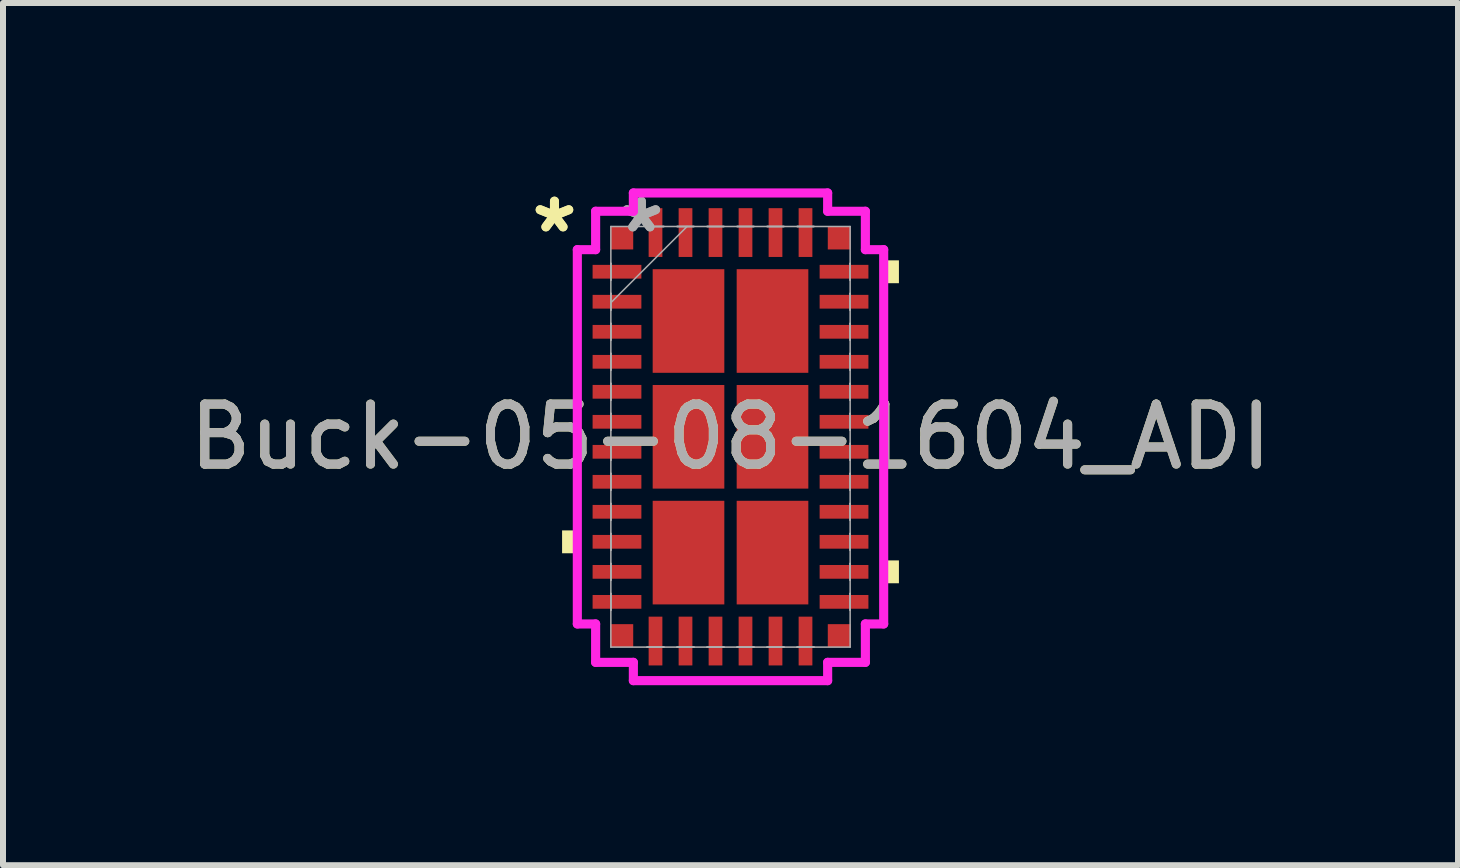
<source format=kicad_pcb>
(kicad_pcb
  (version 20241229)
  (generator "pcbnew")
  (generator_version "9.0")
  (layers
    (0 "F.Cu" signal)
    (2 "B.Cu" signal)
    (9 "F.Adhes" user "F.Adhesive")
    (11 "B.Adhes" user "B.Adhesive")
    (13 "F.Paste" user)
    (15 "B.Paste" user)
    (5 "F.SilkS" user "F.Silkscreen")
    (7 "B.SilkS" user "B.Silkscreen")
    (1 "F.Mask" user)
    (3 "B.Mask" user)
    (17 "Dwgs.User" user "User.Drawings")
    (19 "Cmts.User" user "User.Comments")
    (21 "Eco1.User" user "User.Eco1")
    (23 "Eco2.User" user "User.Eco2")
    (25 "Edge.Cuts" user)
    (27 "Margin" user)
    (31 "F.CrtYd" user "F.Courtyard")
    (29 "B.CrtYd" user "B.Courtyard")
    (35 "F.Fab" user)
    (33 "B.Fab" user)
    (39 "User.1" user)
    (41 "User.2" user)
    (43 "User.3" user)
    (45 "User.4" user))
  (footprint "Buck-05-08-1604_ADI"
    (layer "F.Cu")
    (at 9.125 4.23)
    (property "Reference" "Buck-05-08-1604_ADI" (at 0 0 0) (unlocked yes) (layer "F.SilkS") (effects (font (size 1 1) (thickness 0.15))))
    (attr smd)
    (fp_poly (pts (xy -2.807 1.56) (xy -2.807 1.941) (xy -2.553 1.941) (xy -2.553 1.56)) (stroke (width 0) (type solid)) (fill yes) (layer "F.SilkS"))
    (fp_poly (pts (xy 2.807 -2.941) (xy 2.807 -2.56) (xy 2.553 -2.56) (xy 2.553 -2.941)) (stroke (width 0) (type solid)) (fill yes) (layer "F.SilkS"))
    (fp_poly (pts (xy 2.807 2.06) (xy 2.807 2.441) (xy 2.553 2.441) (xy 2.553 2.06)) (stroke (width 0) (type solid)) (fill yes) (layer "F.SilkS"))
    (fp_line (start -2.553 -3.119) (end -2.248 -3.119) (stroke (width 0.152) (type solid)) (layer "F.CrtYd"))
    (fp_line (start -2.553 3.119) (end -2.553 -3.119) (stroke (width 0.152) (type solid)) (layer "F.CrtYd"))
    (fp_line (start -2.553 3.119) (end -2.248 3.119) (stroke (width 0.152) (type solid)) (layer "F.CrtYd"))
    (fp_line (start -2.248 -3.759) (end -1.619 -3.759) (stroke (width 0.152) (type solid)) (layer "F.CrtYd"))
    (fp_line (start -2.248 -3.119) (end -2.248 -3.759) (stroke (width 0.152) (type solid)) (layer "F.CrtYd"))
    (fp_line (start -2.248 3.759) (end -2.248 3.119) (stroke (width 0.152) (type solid)) (layer "F.CrtYd"))
    (fp_line (start -1.619 -4.064) (end 1.619 -4.064) (stroke (width 0.152) (type solid)) (layer "F.CrtYd"))
    (fp_line (start -1.619 -3.759) (end -1.619 -4.064) (stroke (width 0.152) (type solid)) (layer "F.CrtYd"))
    (fp_line (start -1.619 3.759) (end -2.248 3.759) (stroke (width 0.152) (type solid)) (layer "F.CrtYd"))
    (fp_line (start -1.619 4.064) (end -1.619 3.759) (stroke (width 0.152) (type solid)) (layer "F.CrtYd"))
    (fp_line (start 1.619 -4.064) (end 1.619 -3.759) (stroke (width 0.152) (type solid)) (layer "F.CrtYd"))
    (fp_line (start 1.619 -3.759) (end 2.248 -3.759) (stroke (width 0.152) (type solid)) (layer "F.CrtYd"))
    (fp_line (start 1.619 3.759) (end 1.619 4.064) (stroke (width 0.152) (type solid)) (layer "F.CrtYd"))
    (fp_line (start 1.619 4.064) (end -1.619 4.064) (stroke (width 0.152) (type solid)) (layer "F.CrtYd"))
    (fp_line (start 2.248 -3.759) (end 2.248 -3.119) (stroke (width 0.152) (type solid)) (layer "F.CrtYd"))
    (fp_line (start 2.248 -3.119) (end 2.553 -3.119) (stroke (width 0.152) (type solid)) (layer "F.CrtYd"))
    (fp_line (start 2.248 3.119) (end 2.248 3.759) (stroke (width 0.152) (type solid)) (layer "F.CrtYd"))
    (fp_line (start 2.248 3.759) (end 1.619 3.759) (stroke (width 0.152) (type solid)) (layer "F.CrtYd"))
    (fp_line (start 2.553 -3.119) (end 2.553 3.119) (stroke (width 0.152) (type solid)) (layer "F.CrtYd"))
    (fp_line (start 2.553 3.119) (end 2.248 3.119) (stroke (width 0.152) (type solid)) (layer "F.CrtYd"))
    (fp_line (start -1.994 -3.505) (end -1.994 3.505) (stroke (width 0.025) (type solid)) (layer "F.Fab"))
    (fp_line (start -1.994 -2.89) (end -1.994 -2.89) (stroke (width 0.025) (type solid)) (layer "F.Fab"))
    (fp_line (start -1.994 -2.89) (end -1.994 -2.611) (stroke (width 0.025) (type solid)) (layer "F.Fab"))
    (fp_line (start -1.994 -2.611) (end -1.994 -2.89) (stroke (width 0.025) (type solid)) (layer "F.Fab"))
    (fp_line (start -1.994 -2.611) (end -1.994 -2.611) (stroke (width 0.025) (type solid)) (layer "F.Fab"))
    (fp_line (start -1.994 -2.39) (end -1.994 -2.39) (stroke (width 0.025) (type solid)) (layer "F.Fab"))
    (fp_line (start -1.994 -2.39) (end -1.994 -2.111) (stroke (width 0.025) (type solid)) (layer "F.Fab"))
    (fp_line (start -1.994 -2.235) (end -0.724 -3.505) (stroke (width 0.025) (type solid)) (layer "F.Fab"))
    (fp_line (start -1.994 -2.111) (end -1.994 -2.39) (stroke (width 0.025) (type solid)) (layer "F.Fab"))
    (fp_line (start -1.994 -2.111) (end -1.994 -2.111) (stroke (width 0.025) (type solid)) (layer "F.Fab"))
    (fp_line (start -1.994 -1.89) (end -1.994 -1.89) (stroke (width 0.025) (type solid)) (layer "F.Fab"))
    (fp_line (start -1.994 -1.89) (end -1.994 -1.611) (stroke (width 0.025) (type solid)) (layer "F.Fab"))
    (fp_line (start -1.994 -1.611) (end -1.994 -1.89) (stroke (width 0.025) (type solid)) (layer "F.Fab"))
    (fp_line (start -1.994 -1.611) (end -1.994 -1.611) (stroke (width 0.025) (type solid)) (layer "F.Fab"))
    (fp_line (start -1.994 -1.39) (end -1.994 -1.39) (stroke (width 0.025) (type solid)) (layer "F.Fab"))
    (fp_line (start -1.994 -1.39) (end -1.994 -1.111) (stroke (width 0.025) (type solid)) (layer "F.Fab"))
    (fp_line (start -1.994 -1.111) (end -1.994 -1.39) (stroke (width 0.025) (type solid)) (layer "F.Fab"))
    (fp_line (start -1.994 -1.111) (end -1.994 -1.111) (stroke (width 0.025) (type solid)) (layer "F.Fab"))
    (fp_line (start -1.994 -0.89) (end -1.994 -0.89) (stroke (width 0.025) (type solid)) (layer "F.Fab"))
    (fp_line (start -1.994 -0.89) (end -1.994 -0.61) (stroke (width 0.025) (type solid)) (layer "F.Fab"))
    (fp_line (start -1.994 -0.61) (end -1.994 -0.89) (stroke (width 0.025) (type solid)) (layer "F.Fab"))
    (fp_line (start -1.994 -0.61) (end -1.994 -0.61) (stroke (width 0.025) (type solid)) (layer "F.Fab"))
    (fp_line (start -1.994 -0.39) (end -1.994 -0.39) (stroke (width 0.025) (type solid)) (layer "F.Fab"))
    (fp_line (start -1.994 -0.39) (end -1.994 -0.11) (stroke (width 0.025) (type solid)) (layer "F.Fab"))
    (fp_line (start -1.994 -0.11) (end -1.994 -0.39) (stroke (width 0.025) (type solid)) (layer "F.Fab"))
    (fp_line (start -1.994 -0.11) (end -1.994 -0.11) (stroke (width 0.025) (type solid)) (layer "F.Fab"))
    (fp_line (start -1.994 0.11) (end -1.994 0.11) (stroke (width 0.025) (type solid)) (layer "F.Fab"))
    (fp_line (start -1.994 0.11) (end -1.994 0.39) (stroke (width 0.025) (type solid)) (layer "F.Fab"))
    (fp_line (start -1.994 0.39) (end -1.994 0.11) (stroke (width 0.025) (type solid)) (layer "F.Fab"))
    (fp_line (start -1.994 0.39) (end -1.994 0.39) (stroke (width 0.025) (type solid)) (layer "F.Fab"))
    (fp_line (start -1.994 0.61) (end -1.994 0.61) (stroke (width 0.025) (type solid)) (layer "F.Fab"))
    (fp_line (start -1.994 0.61) (end -1.994 0.89) (stroke (width 0.025) (type solid)) (layer "F.Fab"))
    (fp_line (start -1.994 0.89) (end -1.994 0.61) (stroke (width 0.025) (type solid)) (layer "F.Fab"))
    (fp_line (start -1.994 0.89) (end -1.994 0.89) (stroke (width 0.025) (type solid)) (layer "F.Fab"))
    (fp_line (start -1.994 1.111) (end -1.994 1.111) (stroke (width 0.025) (type solid)) (layer "F.Fab"))
    (fp_line (start -1.994 1.111) (end -1.994 1.39) (stroke (width 0.025) (type solid)) (layer "F.Fab"))
    (fp_line (start -1.994 1.39) (end -1.994 1.111) (stroke (width 0.025) (type solid)) (layer "F.Fab"))
    (fp_line (start -1.994 1.39) (end -1.994 1.39) (stroke (width 0.025) (type solid)) (layer "F.Fab"))
    (fp_line (start -1.994 1.611) (end -1.994 1.611) (stroke (width 0.025) (type solid)) (layer "F.Fab"))
    (fp_line (start -1.994 1.611) (end -1.994 1.89) (stroke (width 0.025) (type solid)) (layer "F.Fab"))
    (fp_line (start -1.994 1.89) (end -1.994 1.611) (stroke (width 0.025) (type solid)) (layer "F.Fab"))
    (fp_line (start -1.994 1.89) (end -1.994 1.89) (stroke (width 0.025) (type solid)) (layer "F.Fab"))
    (fp_line (start -1.994 2.111) (end -1.994 2.111) (stroke (width 0.025) (type solid)) (layer "F.Fab"))
    (fp_line (start -1.994 2.111) (end -1.994 2.39) (stroke (width 0.025) (type solid)) (layer "F.Fab"))
    (fp_line (start -1.994 2.39) (end -1.994 2.111) (stroke (width 0.025) (type solid)) (layer "F.Fab"))
    (fp_line (start -1.994 2.39) (end -1.994 2.39) (stroke (width 0.025) (type solid)) (layer "F.Fab"))
    (fp_line (start -1.994 2.611) (end -1.994 2.611) (stroke (width 0.025) (type solid)) (layer "F.Fab"))
    (fp_line (start -1.994 2.611) (end -1.994 2.89) (stroke (width 0.025) (type solid)) (layer "F.Fab"))
    (fp_line (start -1.994 2.89) (end -1.994 2.611) (stroke (width 0.025) (type solid)) (layer "F.Fab"))
    (fp_line (start -1.994 2.89) (end -1.994 2.89) (stroke (width 0.025) (type solid)) (layer "F.Fab"))
    (fp_line (start -1.994 3.505) (end 1.994 3.505) (stroke (width 0.025) (type solid)) (layer "F.Fab"))
    (fp_line (start -1.39 -3.505) (end -1.39 -3.505) (stroke (width 0.025) (type solid)) (layer "F.Fab"))
    (fp_line (start -1.39 -3.505) (end -1.111 -3.505) (stroke (width 0.025) (type solid)) (layer "F.Fab"))
    (fp_line (start -1.39 3.505) (end -1.39 3.505) (stroke (width 0.025) (type solid)) (layer "F.Fab"))
    (fp_line (start -1.39 3.505) (end -1.111 3.505) (stroke (width 0.025) (type solid)) (layer "F.Fab"))
    (fp_line (start -1.111 -3.505) (end -1.39 -3.505) (stroke (width 0.025) (type solid)) (layer "F.Fab"))
    (fp_line (start -1.111 -3.505) (end -1.111 -3.505) (stroke (width 0.025) (type solid)) (layer "F.Fab"))
    (fp_line (start -1.111 3.505) (end -1.39 3.505) (stroke (width 0.025) (type solid)) (layer "F.Fab"))
    (fp_line (start -1.111 3.505) (end -1.111 3.505) (stroke (width 0.025) (type solid)) (layer "F.Fab"))
    (fp_line (start -0.89 -3.505) (end -0.89 -3.505) (stroke (width 0.025) (type solid)) (layer "F.Fab"))
    (fp_line (start -0.89 -3.505) (end -0.61 -3.505) (stroke (width 0.025) (type solid)) (layer "F.Fab"))
    (fp_line (start -0.89 3.505) (end -0.89 3.505) (stroke (width 0.025) (type solid)) (layer "F.Fab"))
    (fp_line (start -0.89 3.505) (end -0.61 3.505) (stroke (width 0.025) (type solid)) (layer "F.Fab"))
    (fp_line (start -0.61 -3.505) (end -0.89 -3.505) (stroke (width 0.025) (type solid)) (layer "F.Fab"))
    (fp_line (start -0.61 -3.505) (end -0.61 -3.505) (stroke (width 0.025) (type solid)) (layer "F.Fab"))
    (fp_line (start -0.61 3.505) (end -0.89 3.505) (stroke (width 0.025) (type solid)) (layer "F.Fab"))
    (fp_line (start -0.61 3.505) (end -0.61 3.505) (stroke (width 0.025) (type solid)) (layer "F.Fab"))
    (fp_line (start -0.39 -3.505) (end -0.39 -3.505) (stroke (width 0.025) (type solid)) (layer "F.Fab"))
    (fp_line (start -0.39 -3.505) (end -0.11 -3.505) (stroke (width 0.025) (type solid)) (layer "F.Fab"))
    (fp_line (start -0.39 3.505) (end -0.39 3.505) (stroke (width 0.025) (type solid)) (layer "F.Fab"))
    (fp_line (start -0.39 3.505) (end -0.11 3.505) (stroke (width 0.025) (type solid)) (layer "F.Fab"))
    (fp_line (start -0.11 -3.505) (end -0.39 -3.505) (stroke (width 0.025) (type solid)) (layer "F.Fab"))
    (fp_line (start -0.11 -3.505) (end -0.11 -3.505) (stroke (width 0.025) (type solid)) (layer "F.Fab"))
    (fp_line (start -0.11 3.505) (end -0.39 3.505) (stroke (width 0.025) (type solid)) (layer "F.Fab"))
    (fp_line (start -0.11 3.505) (end -0.11 3.505) (stroke (width 0.025) (type solid)) (layer "F.Fab"))
    (fp_line (start 0.11 -3.505) (end 0.11 -3.505) (stroke (width 0.025) (type solid)) (layer "F.Fab"))
    (fp_line (start 0.11 -3.505) (end 0.39 -3.505) (stroke (width 0.025) (type solid)) (layer "F.Fab"))
    (fp_line (start 0.11 3.505) (end 0.11 3.505) (stroke (width 0.025) (type solid)) (layer "F.Fab"))
    (fp_line (start 0.11 3.505) (end 0.39 3.505) (stroke (width 0.025) (type solid)) (layer "F.Fab"))
    (fp_line (start 0.39 -3.505) (end 0.11 -3.505) (stroke (width 0.025) (type solid)) (layer "F.Fab"))
    (fp_line (start 0.39 -3.505) (end 0.39 -3.505) (stroke (width 0.025) (type solid)) (layer "F.Fab"))
    (fp_line (start 0.39 3.505) (end 0.11 3.505) (stroke (width 0.025) (type solid)) (layer "F.Fab"))
    (fp_line (start 0.39 3.505) (end 0.39 3.505) (stroke (width 0.025) (type solid)) (layer "F.Fab"))
    (fp_line (start 0.61 -3.505) (end 0.61 -3.505) (stroke (width 0.025) (type solid)) (layer "F.Fab"))
    (fp_line (start 0.61 -3.505) (end 0.89 -3.505) (stroke (width 0.025) (type solid)) (layer "F.Fab"))
    (fp_line (start 0.61 3.505) (end 0.61 3.505) (stroke (width 0.025) (type solid)) (layer "F.Fab"))
    (fp_line (start 0.61 3.505) (end 0.89 3.505) (stroke (width 0.025) (type solid)) (layer "F.Fab"))
    (fp_line (start 0.89 -3.505) (end 0.61 -3.505) (stroke (width 0.025) (type solid)) (layer "F.Fab"))
    (fp_line (start 0.89 -3.505) (end 0.89 -3.505) (stroke (width 0.025) (type solid)) (layer "F.Fab"))
    (fp_line (start 0.89 3.505) (end 0.61 3.505) (stroke (width 0.025) (type solid)) (layer "F.Fab"))
    (fp_line (start 0.89 3.505) (end 0.89 3.505) (stroke (width 0.025) (type solid)) (layer "F.Fab"))
    (fp_line (start 1.111 -3.505) (end 1.111 -3.505) (stroke (width 0.025) (type solid)) (layer "F.Fab"))
    (fp_line (start 1.111 -3.505) (end 1.39 -3.505) (stroke (width 0.025) (type solid)) (layer "F.Fab"))
    (fp_line (start 1.111 3.505) (end 1.111 3.505) (stroke (width 0.025) (type solid)) (layer "F.Fab"))
    (fp_line (start 1.111 3.505) (end 1.39 3.505) (stroke (width 0.025) (type solid)) (layer "F.Fab"))
    (fp_line (start 1.39 -3.505) (end 1.111 -3.505) (stroke (width 0.025) (type solid)) (layer "F.Fab"))
    (fp_line (start 1.39 -3.505) (end 1.39 -3.505) (stroke (width 0.025) (type solid)) (layer "F.Fab"))
    (fp_line (start 1.39 3.505) (end 1.111 3.505) (stroke (width 0.025) (type solid)) (layer "F.Fab"))
    (fp_line (start 1.39 3.505) (end 1.39 3.505) (stroke (width 0.025) (type solid)) (layer "F.Fab"))
    (fp_line (start 1.994 -3.505) (end -1.994 -3.505) (stroke (width 0.025) (type solid)) (layer "F.Fab"))
    (fp_line (start 1.994 -2.89) (end 1.994 -2.89) (stroke (width 0.025) (type solid)) (layer "F.Fab"))
    (fp_line (start 1.994 -2.89) (end 1.994 -2.611) (stroke (width 0.025) (type solid)) (layer "F.Fab"))
    (fp_line (start 1.994 -2.611) (end 1.994 -2.89) (stroke (width 0.025) (type solid)) (layer "F.Fab"))
    (fp_line (start 1.994 -2.611) (end 1.994 -2.611) (stroke (width 0.025) (type solid)) (layer "F.Fab"))
    (fp_line (start 1.994 -2.39) (end 1.994 -2.39) (stroke (width 0.025) (type solid)) (layer "F.Fab"))
    (fp_line (start 1.994 -2.39) (end 1.994 -2.111) (stroke (width 0.025) (type solid)) (layer "F.Fab"))
    (fp_line (start 1.994 -2.111) (end 1.994 -2.39) (stroke (width 0.025) (type solid)) (layer "F.Fab"))
    (fp_line (start 1.994 -2.111) (end 1.994 -2.111) (stroke (width 0.025) (type solid)) (layer "F.Fab"))
    (fp_line (start 1.994 -1.89) (end 1.994 -1.89) (stroke (width 0.025) (type solid)) (layer "F.Fab"))
    (fp_line (start 1.994 -1.89) (end 1.994 -1.611) (stroke (width 0.025) (type solid)) (layer "F.Fab"))
    (fp_line (start 1.994 -1.611) (end 1.994 -1.89) (stroke (width 0.025) (type solid)) (layer "F.Fab"))
    (fp_line (start 1.994 -1.611) (end 1.994 -1.611) (stroke (width 0.025) (type solid)) (layer "F.Fab"))
    (fp_line (start 1.994 -1.39) (end 1.994 -1.39) (stroke (width 0.025) (type solid)) (layer "F.Fab"))
    (fp_line (start 1.994 -1.39) (end 1.994 -1.111) (stroke (width 0.025) (type solid)) (layer "F.Fab"))
    (fp_line (start 1.994 -1.111) (end 1.994 -1.39) (stroke (width 0.025) (type solid)) (layer "F.Fab"))
    (fp_line (start 1.994 -1.111) (end 1.994 -1.111) (stroke (width 0.025) (type solid)) (layer "F.Fab"))
    (fp_line (start 1.994 -0.89) (end 1.994 -0.89) (stroke (width 0.025) (type solid)) (layer "F.Fab"))
    (fp_line (start 1.994 -0.89) (end 1.994 -0.61) (stroke (width 0.025) (type solid)) (layer "F.Fab"))
    (fp_line (start 1.994 -0.61) (end 1.994 -0.89) (stroke (width 0.025) (type solid)) (layer "F.Fab"))
    (fp_line (start 1.994 -0.61) (end 1.994 -0.61) (stroke (width 0.025) (type solid)) (layer "F.Fab"))
    (fp_line (start 1.994 -0.39) (end 1.994 -0.39) (stroke (width 0.025) (type solid)) (layer "F.Fab"))
    (fp_line (start 1.994 -0.39) (end 1.994 -0.11) (stroke (width 0.025) (type solid)) (layer "F.Fab"))
    (fp_line (start 1.994 -0.11) (end 1.994 -0.39) (stroke (width 0.025) (type solid)) (layer "F.Fab"))
    (fp_line (start 1.994 -0.11) (end 1.994 -0.11) (stroke (width 0.025) (type solid)) (layer "F.Fab"))
    (fp_line (start 1.994 0.11) (end 1.994 0.11) (stroke (width 0.025) (type solid)) (layer "F.Fab"))
    (fp_line (start 1.994 0.11) (end 1.994 0.39) (stroke (width 0.025) (type solid)) (layer "F.Fab"))
    (fp_line (start 1.994 0.39) (end 1.994 0.11) (stroke (width 0.025) (type solid)) (layer "F.Fab"))
    (fp_line (start 1.994 0.39) (end 1.994 0.39) (stroke (width 0.025) (type solid)) (layer "F.Fab"))
    (fp_line (start 1.994 0.61) (end 1.994 0.61) (stroke (width 0.025) (type solid)) (layer "F.Fab"))
    (fp_line (start 1.994 0.61) (end 1.994 0.89) (stroke (width 0.025) (type solid)) (layer "F.Fab"))
    (fp_line (start 1.994 0.89) (end 1.994 0.61) (stroke (width 0.025) (type solid)) (layer "F.Fab"))
    (fp_line (start 1.994 0.89) (end 1.994 0.89) (stroke (width 0.025) (type solid)) (layer "F.Fab"))
    (fp_line (start 1.994 1.111) (end 1.994 1.111) (stroke (width 0.025) (type solid)) (layer "F.Fab"))
    (fp_line (start 1.994 1.111) (end 1.994 1.39) (stroke (width 0.025) (type solid)) (layer "F.Fab"))
    (fp_line (start 1.994 1.39) (end 1.994 1.111) (stroke (width 0.025) (type solid)) (layer "F.Fab"))
    (fp_line (start 1.994 1.39) (end 1.994 1.39) (stroke (width 0.025) (type solid)) (layer "F.Fab"))
    (fp_line (start 1.994 1.611) (end 1.994 1.611) (stroke (width 0.025) (type solid)) (layer "F.Fab"))
    (fp_line (start 1.994 1.611) (end 1.994 1.89) (stroke (width 0.025) (type solid)) (layer "F.Fab"))
    (fp_line (start 1.994 1.89) (end 1.994 1.611) (stroke (width 0.025) (type solid)) (layer "F.Fab"))
    (fp_line (start 1.994 1.89) (end 1.994 1.89) (stroke (width 0.025) (type solid)) (layer "F.Fab"))
    (fp_line (start 1.994 2.111) (end 1.994 2.111) (stroke (width 0.025) (type solid)) (layer "F.Fab"))
    (fp_line (start 1.994 2.111) (end 1.994 2.39) (stroke (width 0.025) (type solid)) (layer "F.Fab"))
    (fp_line (start 1.994 2.39) (end 1.994 2.111) (stroke (width 0.025) (type solid)) (layer "F.Fab"))
    (fp_line (start 1.994 2.39) (end 1.994 2.39) (stroke (width 0.025) (type solid)) (layer "F.Fab"))
    (fp_line (start 1.994 2.611) (end 1.994 2.611) (stroke (width 0.025) (type solid)) (layer "F.Fab"))
    (fp_line (start 1.994 2.611) (end 1.994 2.89) (stroke (width 0.025) (type solid)) (layer "F.Fab"))
    (fp_line (start 1.994 2.89) (end 1.994 2.611) (stroke (width 0.025) (type solid)) (layer "F.Fab"))
    (fp_line (start 1.994 2.89) (end 1.994 2.89) (stroke (width 0.025) (type solid)) (layer "F.Fab"))
    (fp_line (start 1.994 3.505) (end 1.994 -3.505) (stroke (width 0.025) (type solid)) (layer "F.Fab"))
    (fp_text user "*" (at -2.934 -3.382 0) (unlocked yes) (layer "F.SilkS") (effects (font (size 1 1) (thickness 0.15))))
    (fp_text user "*" (at -2.934 -3.382 0) (layer "F.SilkS") (effects (font (size 1 1) (thickness 0.15))))
    (fp_text user "${REFERENCE}" (at 0 0 0) (unlocked yes) (layer "F.Fab") (effects (font (size 1 1) (thickness 0.15))))
    (fp_text user "*" (at -1.486 -3.382 0) (layer "F.Fab") (effects (font (size 1 1) (thickness 0.15))))
    (fp_text user "*" (at -1.486 -3.382 0) (unlocked yes) (layer "F.Fab") (effects (font (size 1 1) (thickness 0.15))))
    (pad "1" smd rect (at -1.892 -2.751 90) (size 0.229 0.813) (layers "F.Cu" "F.Mask" "F.Paste"))
    (pad "2" smd rect (at -1.892 -2.251 90) (size 0.229 0.813) (layers "F.Cu" "F.Mask" "F.Paste"))
    (pad "3" smd rect (at -1.892 -1.75 90) (size 0.229 0.813) (layers "F.Cu" "F.Mask" "F.Paste"))
    (pad "4" smd rect (at -1.892 -1.25 90) (size 0.229 0.813) (layers "F.Cu" "F.Mask" "F.Paste"))
    (pad "5" smd rect (at -1.892 -0.75 90) (size 0.229 0.813) (layers "F.Cu" "F.Mask" "F.Paste"))
    (pad "6" smd rect (at -1.892 -0.25 90) (size 0.229 0.813) (layers "F.Cu" "F.Mask" "F.Paste"))
    (pad "7" smd rect (at -1.892 0.25 90) (size 0.229 0.813) (layers "F.Cu" "F.Mask" "F.Paste"))
    (pad "8" smd rect (at -1.892 0.75 90) (size 0.229 0.813) (layers "F.Cu" "F.Mask" "F.Paste"))
    (pad "9" smd rect (at -1.892 1.25 90) (size 0.229 0.813) (layers "F.Cu" "F.Mask" "F.Paste"))
    (pad "10" smd rect (at -1.892 1.75 90) (size 0.229 0.813) (layers "F.Cu" "F.Mask" "F.Paste"))
    (pad "11" smd rect (at -1.892 2.251 90) (size 0.229 0.813) (layers "F.Cu" "F.Mask" "F.Paste"))
    (pad "12" smd rect (at -1.892 2.751 90) (size 0.229 0.813) (layers "F.Cu" "F.Mask" "F.Paste"))
    (pad "13" smd rect (at -1.25 3.404) (size 0.229 0.813) (layers "F.Cu" "F.Mask" "F.Paste"))
    (pad "14" smd rect (at -0.75 3.404) (size 0.229 0.813) (layers "F.Cu" "F.Mask" "F.Paste"))
    (pad "15" smd rect (at -0.25 3.404) (size 0.229 0.813) (layers "F.Cu" "F.Mask" "F.Paste"))
    (pad "16" smd rect (at 0.25 3.404) (size 0.229 0.813) (layers "F.Cu" "F.Mask" "F.Paste"))
    (pad "17" smd rect (at 0.75 3.404) (size 0.229 0.813) (layers "F.Cu" "F.Mask" "F.Paste"))
    (pad "18" smd rect (at 1.25 3.404) (size 0.229 0.813) (layers "F.Cu" "F.Mask" "F.Paste"))
    (pad "19" smd rect (at 1.892 2.751 90) (size 0.229 0.813) (layers "F.Cu" "F.Mask" "F.Paste"))
    (pad "20" smd rect (at 1.892 2.251 90) (size 0.229 0.813) (layers "F.Cu" "F.Mask" "F.Paste"))
    (pad "21" smd rect (at 1.892 1.75 90) (size 0.229 0.813) (layers "F.Cu" "F.Mask" "F.Paste"))
    (pad "22" smd rect (at 1.892 1.25 90) (size 0.229 0.813) (layers "F.Cu" "F.Mask" "F.Paste"))
    (pad "23" smd rect (at 1.892 0.75 90) (size 0.229 0.813) (layers "F.Cu" "F.Mask" "F.Paste"))
    (pad "24" smd rect (at 1.892 0.25 90) (size 0.229 0.813) (layers "F.Cu" "F.Mask" "F.Paste"))
    (pad "25" smd rect (at 1.892 -0.25 90) (size 0.229 0.813) (layers "F.Cu" "F.Mask" "F.Paste"))
    (pad "26" smd rect (at 1.892 -0.75 90) (size 0.229 0.813) (layers "F.Cu" "F.Mask" "F.Paste"))
    (pad "27" smd rect (at 1.892 -1.25 90) (size 0.229 0.813) (layers "F.Cu" "F.Mask" "F.Paste"))
    (pad "28" smd rect (at 1.892 -1.75 90) (size 0.229 0.813) (layers "F.Cu" "F.Mask" "F.Paste"))
    (pad "29" smd rect (at 1.892 -2.251 90) (size 0.229 0.813) (layers "F.Cu" "F.Mask" "F.Paste"))
    (pad "30" smd rect (at 1.892 -2.751 90) (size 0.229 0.813) (layers "F.Cu" "F.Mask" "F.Paste"))
    (pad "31" smd rect (at 1.25 -3.404) (size 0.229 0.813) (layers "F.Cu" "F.Mask" "F.Paste"))
    (pad "32" smd rect (at 0.75 -3.404) (size 0.229 0.813) (layers "F.Cu" "F.Mask" "F.Paste"))
    (pad "33" smd rect (at 0.25 -3.404) (size 0.229 0.813) (layers "F.Cu" "F.Mask" "F.Paste"))
    (pad "34" smd rect (at -0.25 -3.404) (size 0.229 0.813) (layers "F.Cu" "F.Mask" "F.Paste"))
    (pad "35" smd rect (at -0.75 -3.404) (size 0.229 0.813) (layers "F.Cu" "F.Mask" "F.Paste"))
    (pad "36" smd rect (at -1.25 -3.404) (size 0.229 0.813) (layers "F.Cu" "F.Mask" "F.Paste"))
    (pad "37" smd rect (at -0.7 -1.93) (size 1.194 1.727) (layers "F.Cu" "F.Mask" "F.Paste"))
    (pad "38" smd rect (at 0.7 -1.93) (size 1.194 1.727) (layers "F.Cu" "F.Mask" "F.Paste"))
    (pad "39" smd rect (at -0.7 0) (size 1.194 1.727) (layers "F.Cu" "F.Mask" "F.Paste"))
    (pad "40" smd rect (at 0.7 0) (size 1.194 1.727) (layers "F.Cu" "F.Mask" "F.Paste"))
    (pad "41" smd rect (at -0.7 1.93) (size 1.194 1.727) (layers "F.Cu" "F.Mask" "F.Paste"))
    (pad "42" smd rect (at 0.7 1.93) (size 1.194 1.727) (layers "F.Cu" "F.Mask" "F.Paste"))
    (pad "43" smd rect (at -1.812 -3.313) (size 0.381 0.381) (layers "F.Cu" "F.Mask" "F.Paste"))
    (pad "44" smd rect (at -1.812 3.313) (size 0.381 0.381) (layers "F.Cu" "F.Mask" "F.Paste"))
    (pad "45" smd rect (at 1.812 3.313) (size 0.381 0.381) (layers "F.Cu" "F.Mask" "F.Paste"))
    (pad "46" smd rect (at 1.812 -3.313) (size 0.381 0.381) (layers "F.Cu" "F.Mask" "F.Paste")))
  (gr_rect
    (start -3 -3)
    (end 21.25 11.37)
    (stroke (width 0.1) (type default))
    (fill no)
    (layer "Edge.Cuts")))
</source>
